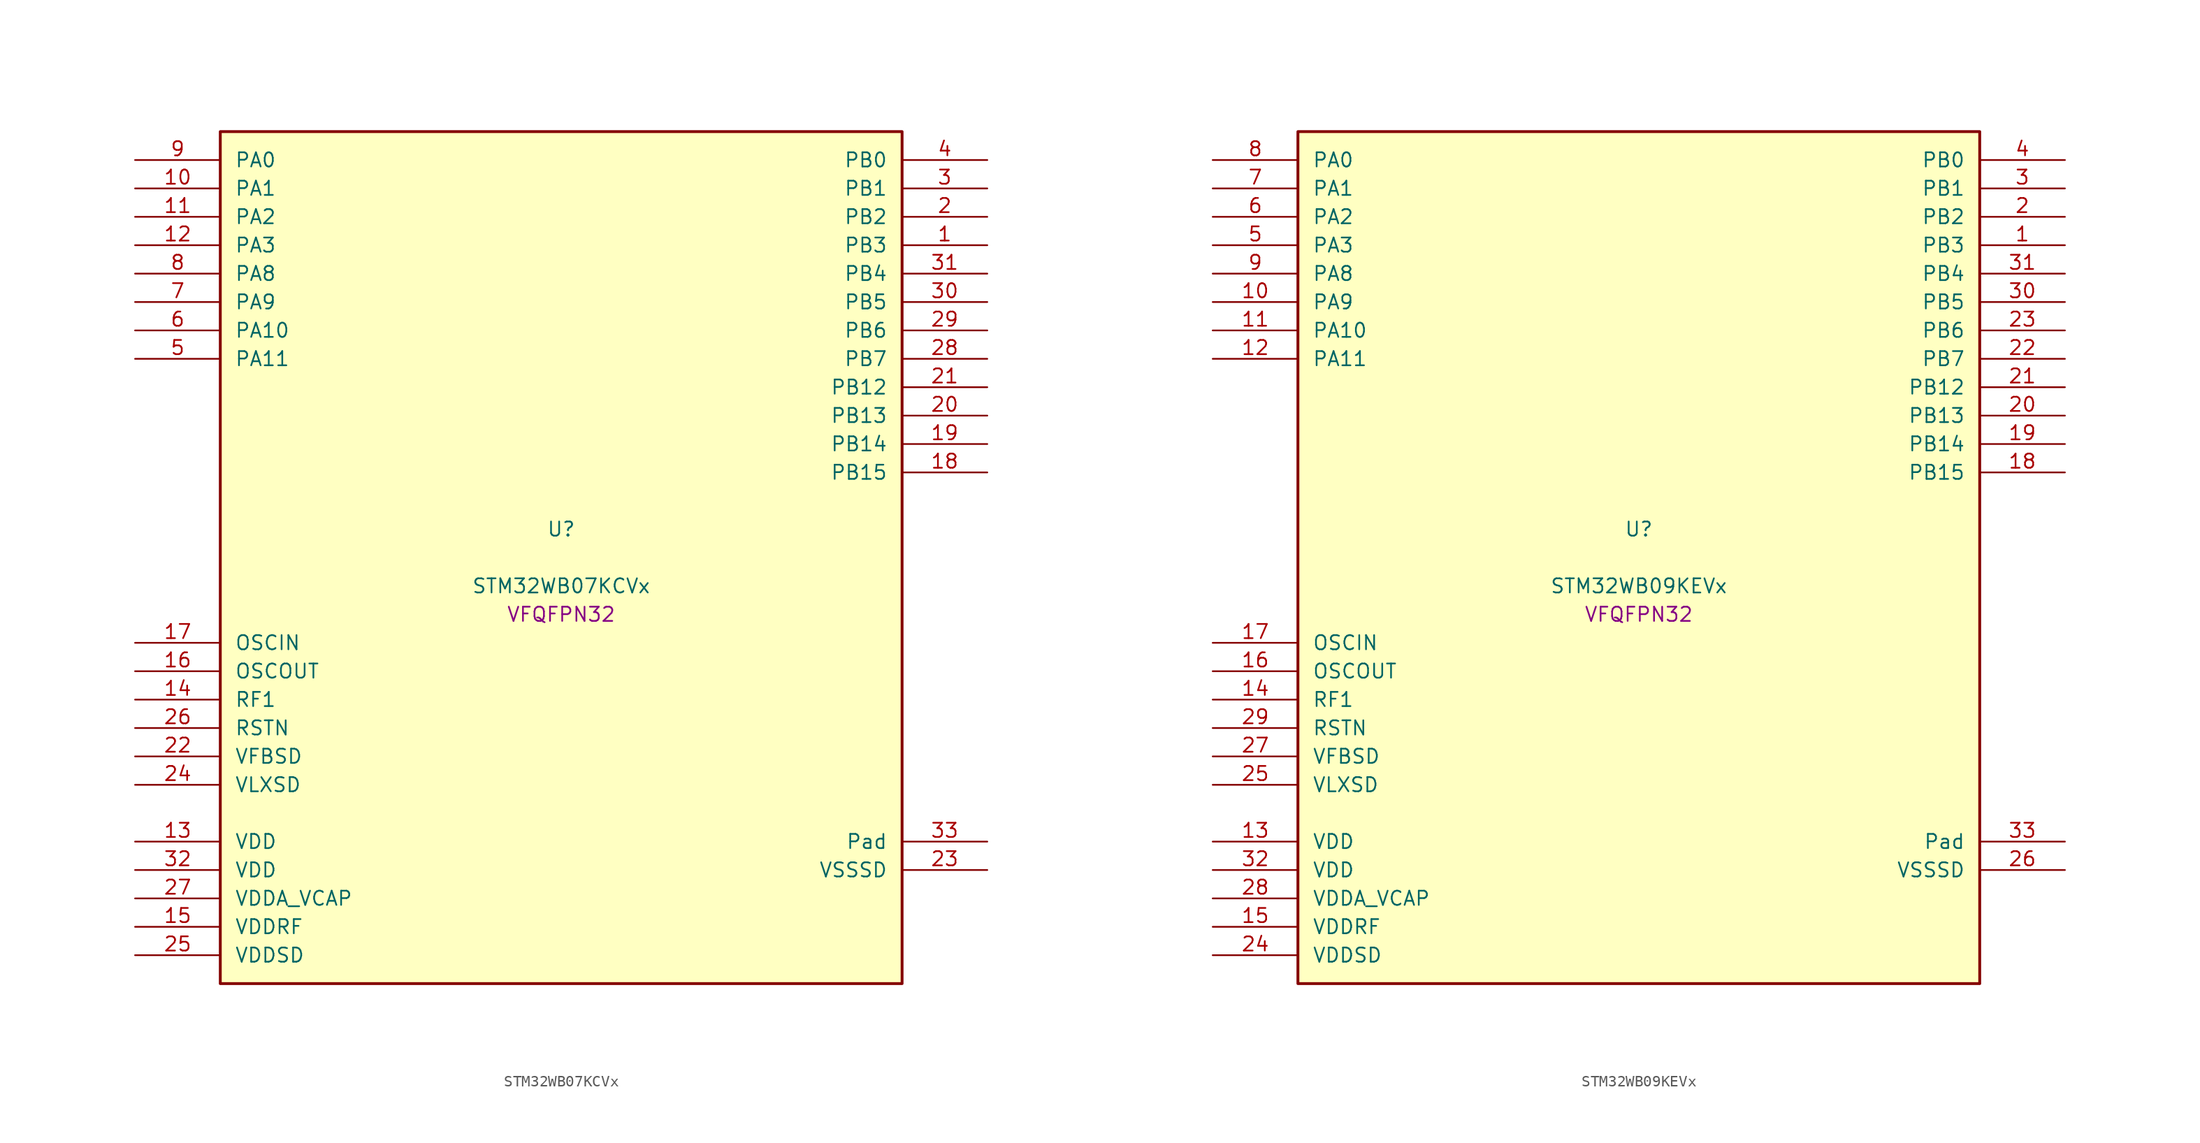
<source format=kicad_sym>
(kicad_symbol_lib
  (version 20241209)
  (generator "stm32_pkl_generator")
  (generator_version "1.0")
  (symbol "STM32WB07KCVx"
    (pin_names
      (offset 1.27))
    (property "Reference" "U"
      (at 0 2.54 0))
    (property "Value" "STM32WB07KCVx"
      (at 0 -2.54 0))
    (property "Footprint" "VFQFPN32"
      (at 0 -5.08 0))
    (symbol "STM32WB07KCVx_1_1"
      (rectangle (start -30.48 38.1) (end 30.48 -38.1) (stroke (width 0.254) (type solid)) (fill (type background)))
      (pin bidirectional line (at -38.1 35.56 0) (length 7.62) (name "PA0") (number "9") (alternate "PA0/I2C1_SCL" bidirectional line) (alternate "PA0/I2S2_MCK" bidirectional line) (alternate "PA0/PWR_WKUP12" bidirectional line) (alternate "PA0/TIM1_CH3" bidirectional line) (alternate "PA0/USART1_CTS" bidirectional line))
      (pin bidirectional line (at -38.1 33.02 0) (length 7.62) (name "PA1") (number "10") (alternate "PA1/I2C1_SDA" bidirectional line) (alternate "PA1/PWR_WKUP13" bidirectional line) (alternate "PA1/SPI2_MISO" bidirectional line) (alternate "PA1/TIM1_CH4" bidirectional line) (alternate "PA1/USART1_TX" bidirectional line))
      (pin bidirectional line (at -38.1 30.48 0) (length 7.62) (name "PA2") (number "11") (alternate "PA2/DEBUG_SWDIO" bidirectional line) (alternate "PA2/I2S3_MCK" bidirectional line) (alternate "PA2/PWR_WKUP14" bidirectional line) (alternate "PA2/USART1_CK" bidirectional line))
      (pin bidirectional line (at -38.1 27.94 0) (length 7.62) (name "PA3") (number "12") (alternate "PA3/DEBUG_SWCLK" bidirectional line) (alternate "PA3/I2S3_SCK" bidirectional line) (alternate "PA3/PWR_WKUP15" bidirectional line) (alternate "PA3/SPI3_SCK" bidirectional line) (alternate "PA3/TIM1_BKIN2" bidirectional line) (alternate "PA3/USART1_DE" bidirectional line) (alternate "PA3/USART1_RTS" bidirectional line))
      (pin bidirectional line (at -38.1 25.4 0) (length 7.62) (name "PA8") (number "8") (alternate "PA8/PWR_WKUP8" bidirectional line) (alternate "PA8/PWR_WKUP20" bidirectional line) (alternate "PA8/RADIO_RX_SEQUENCE" bidirectional line) (alternate "PA8/RTC_OUT" bidirectional line) (alternate "PA8/SPI1_MOSI" bidirectional line) (alternate "PA8/SPI3_MISO" bidirectional line) (alternate "PA8/TIM1_CH3" bidirectional line) (alternate "PA8/USART1_RX" bidirectional line))
      (pin bidirectional line (at -38.1 22.86 0) (length 7.62) (name "PA9") (number "7") (alternate "PA9/I2S3_WS" bidirectional line) (alternate "PA9/PWR_WKUP9" bidirectional line) (alternate "PA9/PWR_WKUP21" bidirectional line) (alternate "PA9/RTC_OUT" bidirectional line) (alternate "PA9/SPI1_SCK" bidirectional line) (alternate "PA9/SPI3_NSS" bidirectional line) (alternate "PA9/TIM1_CH4" bidirectional line) (alternate "PA9/USART1_TX" bidirectional line))
      (pin bidirectional line (at -38.1 20.32 0) (length 7.62) (name "PA10") (number "6") (alternate "PA10/I2S3_MCK" bidirectional line) (alternate "PA10/PWR_WKUP10" bidirectional line) (alternate "PA10/PWR_WKUP22" bidirectional line) (alternate "PA10/RADIO_TX_SEQUENCE" bidirectional line) (alternate "PA10/RCC_LCO" bidirectional line) (alternate "PA10/SPI1_MISO" bidirectional line))
      (pin bidirectional line (at -38.1 17.78 0) (length 7.62) (name "PA11") (number "5") (alternate "PA11/I2S3_SD" bidirectional line) (alternate "PA11/PWR_WKUP11" bidirectional line) (alternate "PA11/PWR_WKUP23" bidirectional line) (alternate "PA11/RADIO_RX_SEQUENCE" bidirectional line) (alternate "PA11/RCC_MCO" bidirectional line) (alternate "PA11/RTC_OUT" bidirectional line) (alternate "PA11/SPI1_NSS" bidirectional line) (alternate "PA11/SPI3_MOSI" bidirectional line))
      (pin bidirectional line (at 38.1 35.56 180) (length 7.62) (name "PB0") (number "4") (alternate "PB0/ADC1_VINM1" bidirectional line) (alternate "PB0/LPUART1_DE" bidirectional line) (alternate "PB0/LPUART1_RTS" bidirectional line) (alternate "PB0/PWR_WKUP0" bidirectional line) (alternate "PB0/TIM1_CH2N" bidirectional line) (alternate "PB0/USART1_RX" bidirectional line))
      (pin bidirectional line (at 38.1 33.02 180) (length 7.62) (name "PB1") (number "3") (alternate "PB1/ADC1_PDM_CLK" bidirectional line) (alternate "PB1/ADC1_VINP1" bidirectional line) (alternate "PB1/PWR_WKUP1" bidirectional line) (alternate "PB1/SPI1_NSS" bidirectional line) (alternate "PB1/TIM1_ETR" bidirectional line))
      (pin bidirectional line (at 38.1 30.48 180) (length 7.62) (name "PB2") (number "2") (alternate "PB2/ADC1_PDM_DATA" bidirectional line) (alternate "PB2/ADC1_PGA_CAP0" bidirectional line) (alternate "PB2/ADC1_VINM0" bidirectional line) (alternate "PB2/PWR_WKUP2" bidirectional line) (alternate "PB2/TIM1_CH3" bidirectional line) (alternate "PB2/USART1_DE" bidirectional line) (alternate "PB2/USART1_RTS" bidirectional line))
      (pin bidirectional line (at 38.1 27.94 180) (length 7.62) (name "PB3") (number "1") (alternate "PB3/ADC1_PGA_CAP1" bidirectional line) (alternate "PB3/ADC1_VINP0" bidirectional line) (alternate "PB3/LPUART1_TX" bidirectional line) (alternate "PB3/PWR_WKUP3" bidirectional line) (alternate "PB3/TIM1_CH4" bidirectional line) (alternate "PB3/USART1_CTS" bidirectional line))
      (pin bidirectional line (at 38.1 25.4 180) (length 7.62) (name "PB4") (number "31") (alternate "PB4/ADC1_PDM_DATA" bidirectional line) (alternate "PB4/ADC1_PGA_VIN" bidirectional line) (alternate "PB4/LPUART1_TX" bidirectional line) (alternate "PB4/PWR_WKUP4" bidirectional line) (alternate "PB4/SPI2_MISO" bidirectional line))
      (pin bidirectional line (at 38.1 22.86 180) (length 7.62) (name "PB5") (number "30") (alternate "PB5/ADC1_PDM_CLK" bidirectional line) (alternate "PB5/ADC1_PGA_VBIAS_MIC" bidirectional line) (alternate "PB5/I2S2_SD" bidirectional line) (alternate "PB5/LPUART1_RX" bidirectional line) (alternate "PB5/PWR_WKUP5" bidirectional line) (alternate "PB5/SPI2_MOSI" bidirectional line))
      (pin bidirectional line (at 38.1 20.32 180) (length 7.62) (name "PB6") (number "29") (alternate "PB6/I2C2_SCL" bidirectional line) (alternate "PB6/I2S2_WS" bidirectional line) (alternate "PB6/LPUART1_TX" bidirectional line) (alternate "PB6/PWR_WKUP6" bidirectional line) (alternate "PB6/SPI2_NSS" bidirectional line) (alternate "PB6/TIM1_CH1" bidirectional line))
      (pin bidirectional line (at 38.1 17.78 180) (length 7.62) (name "PB7") (number "28") (alternate "PB7/I2C2_SDA" bidirectional line) (alternate "PB7/I2S2_SCK" bidirectional line) (alternate "PB7/LPUART1_RX" bidirectional line) (alternate "PB7/PWR_WKUP7" bidirectional line) (alternate "PB7/SPI2_SCK" bidirectional line) (alternate "PB7/TIM1_CH2" bidirectional line))
      (pin bidirectional line (at 38.1 15.24 180) (length 7.62) (name "PB12") (number "21") (alternate "PB12/ADC1_PDM_DATA" bidirectional line) (alternate "PB12/RCC_LCO" bidirectional line) (alternate "PB12/RCC_OSC32_OUT" bidirectional line) (alternate "PB12/SPI1_SCK" bidirectional line) (alternate "PB12/TIM1_CH3" bidirectional line))
      (pin bidirectional line (at 38.1 12.7 180) (length 7.62) (name "PB13") (number "20") (alternate "PB13/ADC1_PDM_CLK" bidirectional line) (alternate "PB13/I2C2_SCL" bidirectional line) (alternate "PB13/RCC_OSC32_IN" bidirectional line) (alternate "PB13/SPI1_MISO" bidirectional line) (alternate "PB13/TIM1_BKIN2" bidirectional line) (alternate "PB13/TIM1_CH4" bidirectional line))
      (pin bidirectional line (at 38.1 10.16 180) (length 7.62) (name "PB14") (number "19") (alternate "PB14/I2C2_SDA" bidirectional line) (alternate "PB14/PWR_PVD_IN" bidirectional line) (alternate "PB14/SPI1_MOSI" bidirectional line) (alternate "PB14/TIM1_CH3N" bidirectional line) (alternate "PB14/TIM1_ETR" bidirectional line) (alternate "PB14/USART1_RX" bidirectional line))
      (pin bidirectional line (at 38.1 7.62 180) (length 7.62) (name "PB15") (number "18") (alternate "PB15/I2C1_SMBA" bidirectional line) (alternate "PB15/RADIO_TX_SEQUENCE" bidirectional line) (alternate "PB15/RCC_MCO" bidirectional line) (alternate "PB15/USART1_TX" bidirectional line))
      (pin bidirectional line (at -38.1 -7.62 0) (length 7.62) (name "OSCIN") (number "17") (alternate "OSCIN/RCC_OSC_IN" bidirectional line))
      (pin bidirectional line (at -38.1 -10.16 0) (length 7.62) (name "OSCOUT") (number "16") (alternate "OSCOUT/RCC_OSC_OUT" bidirectional line))
      (pin bidirectional line (at -38.1 -12.7 0) (length 7.62) (name "RF1") (number "14") (alternate "RF1/RADIO_RF1" bidirectional line))
      (pin power_in line (at -38.1 -15.24 0) (length 7.62) (name "RSTN") (number "26"))
      (pin power_in line (at -38.1 -17.78 0) (length 7.62) (name "VFBSD") (number "22"))
      (pin power_in line (at -38.1 -20.32 0) (length 7.62) (name "VLXSD") (number "24"))
      (pin power_in line (at -38.1 -25.4 0) (length 7.62) (name "VDD") (number "13"))
      (pin power_in line (at -38.1 -27.94 0) (length 7.62) (name "VDD") (number "32"))
      (pin power_in line (at -38.1 -30.48 0) (length 7.62) (name "VDDA_VCAP") (number "27"))
      (pin power_in line (at -38.1 -33.02 0) (length 7.62) (name "VDDRF") (number "15"))
      (pin power_in line (at -38.1 -35.56 0) (length 7.62) (name "VDDSD") (number "25"))
      (pin passive line (at 38.1 -25.4 180) (length 7.62) (name "Pad") (number "33"))
      (pin power_in line (at 38.1 -27.94 180) (length 7.62) (name "VSSSD") (number "23"))))
  (symbol "STM32WB09KEVx"
    (pin_names
      (offset 1.27))
    (property "Reference" "U"
      (at 0 2.54 0))
    (property "Value" "STM32WB09KEVx"
      (at 0 -2.54 0))
    (property "Footprint" "VFQFPN32"
      (at 0 -5.08 0))
    (symbol "STM32WB09KEVx_1_1"
      (rectangle (start -30.48 38.1) (end 30.48 -38.1) (stroke (width 0.254) (type solid)) (fill (type background)))
      (pin bidirectional line (at -38.1 35.56 0) (length 7.62) (name "PA0") (number "8") (alternate "PA0/I2C1_SCL" bidirectional line) (alternate "PA0/IR_OUT" bidirectional line) (alternate "PA0/PWR_WKUP12" bidirectional line) (alternate "PA0/TIM2_CH3" bidirectional line) (alternate "PA0/USART1_CTS" bidirectional line))
      (pin bidirectional line (at -38.1 33.02 0) (length 7.62) (name "PA1") (number "7") (alternate "PA1/I2C1_SDA" bidirectional line) (alternate "PA1/IR_OUT" bidirectional line) (alternate "PA1/PWR_WKUP13" bidirectional line) (alternate "PA1/TIM2_CH4" bidirectional line) (alternate "PA1/USART1_TX" bidirectional line))
      (pin bidirectional line (at -38.1 30.48 0) (length 7.62) (name "PA2") (number "6") (alternate "PA2/ADC1_VINM2" bidirectional line) (alternate "PA2/DEBUG_SWDIO" bidirectional line) (alternate "PA2/I2S3_MCK" bidirectional line) (alternate "PA2/PWR_WKUP14" bidirectional line) (alternate "PA2/TIM16_CH1" bidirectional line) (alternate "PA2/TIM2_CH1" bidirectional line) (alternate "PA2/USART1_CK" bidirectional line))
      (pin bidirectional line (at -38.1 27.94 0) (length 7.62) (name "PA3") (number "5") (alternate "PA3/ADC1_VINP2" bidirectional line) (alternate "PA3/DEBUG_SWCLK" bidirectional line) (alternate "PA3/I2S3_SCK" bidirectional line) (alternate "PA3/PWR_WKUP15" bidirectional line) (alternate "PA3/SPI3_SCK" bidirectional line) (alternate "PA3/TIM16_CH1N" bidirectional line) (alternate "PA3/TIM2_CH2" bidirectional line) (alternate "PA3/USART1_DE" bidirectional line) (alternate "PA3/USART1_RTS" bidirectional line))
      (pin bidirectional line (at -38.1 25.4 0) (length 7.62) (name "PA8") (number "9") (alternate "PA8/PWR_WKUP8" bidirectional line) (alternate "PA8/RADIO_RX_SEQUENCE" bidirectional line) (alternate "PA8/RTC_OUT" bidirectional line) (alternate "PA8/SPI3_MISO" bidirectional line) (alternate "PA8/TIM16_BK" bidirectional line) (alternate "PA8/TIM2_CH3" bidirectional line) (alternate "PA8/USART1_RX" bidirectional line))
      (pin bidirectional line (at -38.1 22.86 0) (length 7.62) (name "PA9") (number "10") (alternate "PA9/I2S3_WS" bidirectional line) (alternate "PA9/PWR_WKUP9" bidirectional line) (alternate "PA9/RTC_OUT" bidirectional line) (alternate "PA9/SPI3_NSS" bidirectional line) (alternate "PA9/TIM17_CH1" bidirectional line) (alternate "PA9/TIM2_CH4" bidirectional line) (alternate "PA9/USART1_TX" bidirectional line))
      (pin bidirectional line (at -38.1 20.32 0) (length 7.62) (name "PA10") (number "11") (alternate "PA10/I2S3_MCK" bidirectional line) (alternate "PA10/LPUART1_CTS" bidirectional line) (alternate "PA10/PWR_WKUP10" bidirectional line) (alternate "PA10/RADIO_TX_SEQUENCE" bidirectional line) (alternate "PA10/RCC_LCO" bidirectional line) (alternate "PA10/TIM17_CH1N" bidirectional line))
      (pin bidirectional line (at -38.1 17.78 0) (length 7.62) (name "PA11") (number "12") (alternate "PA11/I2S3_SD" bidirectional line) (alternate "PA11/PWR_WKUP11" bidirectional line) (alternate "PA11/RADIO_RX_SEQUENCE" bidirectional line) (alternate "PA11/RCC_MCO" bidirectional line) (alternate "PA11/SPI3_MOSI" bidirectional line) (alternate "PA11/TIM17_BK" bidirectional line))
      (pin bidirectional line (at 38.1 35.56 180) (length 7.62) (name "PB0") (number "4") (alternate "PB0/ADC1_VINM1" bidirectional line) (alternate "PB0/LPUART1_DE" bidirectional line) (alternate "PB0/LPUART1_RTS" bidirectional line) (alternate "PB0/PWR_WKUP0" bidirectional line) (alternate "PB0/RADIO_ANTENNA_ID_0" bidirectional line) (alternate "PB0/TIM16_CH1" bidirectional line) (alternate "PB0/USART1_RX" bidirectional line))
      (pin bidirectional line (at 38.1 33.02 180) (length 7.62) (name "PB1") (number "3") (alternate "PB1/ADC1_VINP1" bidirectional line) (alternate "PB1/PWR_WKUP1" bidirectional line) (alternate "PB1/RADIO_ANTENNA_ID_1" bidirectional line) (alternate "PB1/TIM16_CH1N" bidirectional line) (alternate "PB1/TIM2_ETR" bidirectional line) (alternate "PB1/USART1_CK" bidirectional line))
      (pin bidirectional line (at 38.1 30.48 180) (length 7.62) (name "PB2") (number "2") (alternate "PB2/ADC1_VINM0" bidirectional line) (alternate "PB2/PWR_WKUP2" bidirectional line) (alternate "PB2/RADIO_ANTENNA_ID_2" bidirectional line) (alternate "PB2/TIM16_BK" bidirectional line) (alternate "PB2/TIM2_CH3" bidirectional line) (alternate "PB2/USART1_DE" bidirectional line) (alternate "PB2/USART1_RTS" bidirectional line))
      (pin bidirectional line (at 38.1 27.94 180) (length 7.62) (name "PB3") (number "1") (alternate "PB3/ADC1_VINP0" bidirectional line) (alternate "PB3/I2S3_SCK" bidirectional line) (alternate "PB3/LPUART1_TX" bidirectional line) (alternate "PB3/PWR_WKUP3" bidirectional line) (alternate "PB3/RADIO_ANTENNA_ID_3" bidirectional line) (alternate "PB3/SPI3_SCK" bidirectional line) (alternate "PB3/TIM17_CH1" bidirectional line) (alternate "PB3/TIM2_CH4" bidirectional line) (alternate "PB3/USART1_CTS" bidirectional line))
      (pin bidirectional line (at 38.1 25.4 180) (length 7.62) (name "PB4") (number "31") (alternate "PB4/ADC1_VINM3" bidirectional line) (alternate "PB4/LPUART1_TX" bidirectional line) (alternate "PB4/PWR_WKUP4" bidirectional line) (alternate "PB4/RADIO_ANTENNA_ID_4" bidirectional line) (alternate "PB4/TIM17_CH1N" bidirectional line) (alternate "PB4/TIM2_CH1" bidirectional line))
      (pin bidirectional line (at 38.1 22.86 180) (length 7.62) (name "PB5") (number "30") (alternate "PB5/ADC1_VINP3" bidirectional line) (alternate "PB5/LPUART1_RX" bidirectional line) (alternate "PB5/PWR_WKUP5" bidirectional line) (alternate "PB5/RADIO_ANTENNA_ID_5" bidirectional line) (alternate "PB5/TIM17_BK" bidirectional line) (alternate "PB5/TIM2_CH2" bidirectional line))
      (pin bidirectional line (at 38.1 20.32 180) (length 7.62) (name "PB6") (number "23") (alternate "PB6/I2C1_SCL" bidirectional line) (alternate "PB6/LPUART1_TX" bidirectional line) (alternate "PB6/PWR_WKUP6" bidirectional line) (alternate "PB6/RADIO_ANTENNA_ID_6" bidirectional line) (alternate "PB6/TIM17_CH1" bidirectional line) (alternate "PB6/TIM2_CH1" bidirectional line))
      (pin bidirectional line (at 38.1 17.78 180) (length 7.62) (name "PB7") (number "22") (alternate "PB7/I2C1_SDA" bidirectional line) (alternate "PB7/LPUART1_RX" bidirectional line) (alternate "PB7/PWR_WKUP7" bidirectional line) (alternate "PB7/RADIO_ACTIVITY" bidirectional line) (alternate "PB7/TIM2_CH2" bidirectional line) (alternate "PB7/USART1_CTS" bidirectional line))
      (pin bidirectional line (at 38.1 15.24 180) (length 7.62) (name "PB12") (number "21") (alternate "PB12/LPUART1_CTS" bidirectional line) (alternate "PB12/PWR_WKUP16" bidirectional line) (alternate "PB12/RCC_LCO" bidirectional line) (alternate "PB12/RCC_OSC32_OUT" bidirectional line) (alternate "PB12/TIM2_CH3" bidirectional line))
      (pin bidirectional line (at 38.1 12.7 180) (length 7.62) (name "PB13") (number "20") (alternate "PB13/PWR_WKUP17" bidirectional line) (alternate "PB13/RCC_OSC32_IN" bidirectional line) (alternate "PB13/TIM2_CH4" bidirectional line))
      (pin bidirectional line (at 38.1 10.16 180) (length 7.62) (name "PB14") (number "19") (alternate "PB14/I2C1_SDA" bidirectional line) (alternate "PB14/PWR_PVD_IN" bidirectional line) (alternate "PB14/PWR_WKUP18" bidirectional line) (alternate "PB14/RADIO_TX_SEQUENCE" bidirectional line) (alternate "PB14/RCC_MCO" bidirectional line) (alternate "PB14/TIM2_ETR" bidirectional line) (alternate "PB14/USART1_RX" bidirectional line))
      (pin bidirectional line (at 38.1 7.62 180) (length 7.62) (name "PB15") (number "18") (alternate "PB15/PWR_WKUP19" bidirectional line) (alternate "PB15/USART1_TX" bidirectional line))
      (pin bidirectional line (at -38.1 -7.62 0) (length 7.62) (name "OSCIN") (number "17") (alternate "OSCIN/RCC_OSC_IN" bidirectional line))
      (pin bidirectional line (at -38.1 -10.16 0) (length 7.62) (name "OSCOUT") (number "16") (alternate "OSCOUT/RCC_OSC_OUT" bidirectional line))
      (pin bidirectional line (at -38.1 -12.7 0) (length 7.62) (name "RF1") (number "14") (alternate "RF1/RADIO_RF1" bidirectional line))
      (pin power_in line (at -38.1 -15.24 0) (length 7.62) (name "RSTN") (number "29"))
      (pin power_in line (at -38.1 -17.78 0) (length 7.62) (name "VFBSD") (number "27"))
      (pin power_in line (at -38.1 -20.32 0) (length 7.62) (name "VLXSD") (number "25"))
      (pin power_in line (at -38.1 -25.4 0) (length 7.62) (name "VDD") (number "13"))
      (pin power_in line (at -38.1 -27.94 0) (length 7.62) (name "VDD") (number "32"))
      (pin power_in line (at -38.1 -30.48 0) (length 7.62) (name "VDDA_VCAP") (number "28"))
      (pin power_in line (at -38.1 -33.02 0) (length 7.62) (name "VDDRF") (number "15"))
      (pin power_in line (at -38.1 -35.56 0) (length 7.62) (name "VDDSD") (number "24"))
      (pin passive line (at 38.1 -25.4 180) (length 7.62) (name "Pad") (number "33"))
      (pin power_in line (at 38.1 -27.94 180) (length 7.62) (name "VSSSD") (number "26")))))
</source>
